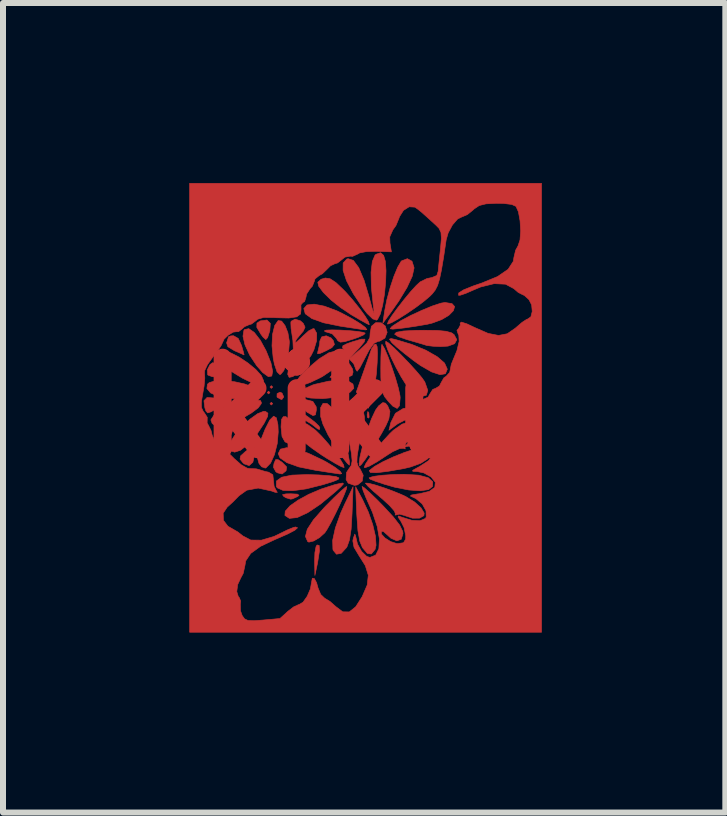
<source format=kicad_pcb>
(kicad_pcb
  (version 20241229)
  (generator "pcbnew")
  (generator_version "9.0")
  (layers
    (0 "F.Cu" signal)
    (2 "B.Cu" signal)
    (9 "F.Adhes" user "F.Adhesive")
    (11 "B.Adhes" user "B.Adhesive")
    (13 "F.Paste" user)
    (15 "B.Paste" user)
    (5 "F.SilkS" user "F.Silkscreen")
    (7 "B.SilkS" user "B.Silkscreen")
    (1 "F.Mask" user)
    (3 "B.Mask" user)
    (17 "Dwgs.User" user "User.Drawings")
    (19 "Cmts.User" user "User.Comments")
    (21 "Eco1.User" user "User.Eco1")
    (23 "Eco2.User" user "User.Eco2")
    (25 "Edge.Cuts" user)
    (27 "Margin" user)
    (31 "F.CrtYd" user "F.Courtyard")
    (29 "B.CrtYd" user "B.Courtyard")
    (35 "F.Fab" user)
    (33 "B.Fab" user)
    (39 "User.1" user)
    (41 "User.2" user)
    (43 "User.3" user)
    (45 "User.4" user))
  (footprint "kikut"
    (layer "F.Cu")
    (at 3.019 3.746)
    (property "Reference" "kikut" (at 0 0 0) (layer "F.Cu") (effects (font (size 1.524 1.524) (thickness 0.3))))
    (attr through_hole)
    (fp_poly (pts (xy -0.252 -0.815) (xy -0.254 -0.813) (xy -0.252 -0.815) (xy -0.252 -0.815)) (stroke (width 0.01) (type solid)) (fill yes) (layer "F.Cu"))
    (fp_poly (pts (xy -1.57 -0.254) (xy -1.593 -0.231) (xy -1.616 -0.254) (xy -1.593 -0.277) (xy -1.57 -0.254)) (stroke (width 0.01) (type solid)) (fill yes) (layer "F.Cu"))
    (fp_poly (pts (xy -1.524 -0.346) (xy -1.547 -0.323) (xy -1.57 -0.346) (xy -1.547 -0.369) (xy -1.524 -0.346)) (stroke (width 0.01) (type solid)) (fill yes) (layer "F.Cu"))
    (fp_poly (pts (xy -1.524 -0.069) (xy -1.547 -0.046) (xy -1.57 -0.069) (xy -1.547 -0.092) (xy -1.524 -0.069)) (stroke (width 0.01) (type solid)) (fill yes) (layer "F.Cu"))
    (fp_poly (pts (xy 0.078 0.084) (xy 0.083 0.156) (xy 0.074 0.172) (xy 0.053 0.158) (xy 0.05 0.112) (xy 0.061 0.062) (xy 0.078 0.084)) (stroke (width 0.01) (type solid)) (fill yes) (layer "F.Cu"))
    (fp_poly (pts (xy -0.416 0.028) (xy -0.41 0.034) (xy -0.373 0.094) (xy -0.378 0.117) (xy -0.413 0.103) (xy -0.436 0.06) (xy -0.45 0.006) (xy -0.416 0.028)) (stroke (width 0.01) (type solid)) (fill yes) (layer "F.Cu"))
    (fp_poly (pts (xy -1.369 -0.245) (xy -1.34 -0.181) (xy -1.37 -0.14) (xy -1.383 -0.139) (xy -1.446 -0.172) (xy -1.453 -0.182) (xy -1.451 -0.236) (xy -1.402 -0.26) (xy -1.369 -0.245)) (stroke (width 0.01) (type solid)) (fill yes) (layer "F.Cu"))
    (fp_poly (pts (xy -0.75 2.294) (xy -0.745 2.383) (xy -0.772 2.555) (xy -0.782 2.609) (xy -0.821 2.794) (xy -0.826 2.554) (xy -0.821 2.413) (xy -0.802 2.313) (xy -0.785 2.286) (xy -0.75 2.294)) (stroke (width 0.01) (type solid)) (fill yes) (layer "F.Cu"))
    (fp_poly (pts (xy -0.331 -0.102) (xy -0.323 -0.069) (xy -0.329 -0.01) (xy -0.335 -0.004) (xy -0.381 -0.022) (xy -0.404 -0.031) (xy -0.458 -0.08) (xy -0.44 -0.127) (xy -0.393 -0.139) (xy -0.331 -0.102)) (stroke (width 0.01) (type solid)) (fill yes) (layer "F.Cu"))
    (fp_poly (pts (xy -2.499 -0.163) (xy -2.419 -0.136) (xy -2.292 -0.088) (xy -2.44 0.002) (xy -2.551 0.067) (xy -2.608 0.085) (xy -2.637 0.054) (xy -2.655 0.000413) (xy -2.67 -0.117) (xy -2.618 -0.172) (xy -2.499 -0.163)) (stroke (width 0.01) (type solid)) (fill yes) (layer "F.Cu"))
    (fp_poly (pts (xy -2.184 0.359) (xy -2.212 0.433) (xy -2.241 0.481) (xy -2.314 0.575) (xy -2.372 0.593) (xy -2.438 0.545) (xy -2.491 0.457) (xy -2.454 0.391) (xy -2.348 0.352) (xy -2.226 0.335) (xy -2.184 0.359)) (stroke (width 0.01) (type solid)) (fill yes) (layer "F.Cu"))
    (fp_poly (pts (xy -1.826 0.778) (xy -1.855 0.908) (xy -1.917 0.963) (xy -2 0.935) (xy -2.021 0.916) (xy -2.069 0.855) (xy -2.059 0.802) (xy -1.982 0.732) (xy -1.947 0.705) (xy -1.816 0.608) (xy -1.826 0.778)) (stroke (width 0.01) (type solid)) (fill yes) (layer "F.Cu"))
    (fp_poly (pts (xy -1.113 1.439) (xy -1.086 1.458) (xy -1.108 1.478) (xy -1.193 1.517) (xy -1.224 1.523) (xy -1.3 1.5) (xy -1.339 1.478) (xy -1.361 1.449) (xy -1.304 1.435) (xy -1.224 1.433) (xy -1.113 1.439)) (stroke (width 0.01) (type solid)) (fill yes) (layer "F.Cu"))
    (fp_poly (pts (xy -0.246 -0.732) (xy -0.193 -0.645) (xy -0.185 -0.595) (xy -0.202 -0.539) (xy -0.267 -0.513) (xy -0.378 -0.508) (xy -0.571 -0.508) (xy -0.44 -0.646) (xy -0.344 -0.732) (xy -0.278 -0.749) (xy -0.246 -0.732)) (stroke (width 0.01) (type solid)) (fill yes) (layer "F.Cu"))
    (fp_poly (pts (xy -2.463 -0.732) (xy -2.38 -0.659) (xy -2.363 -0.64) (xy -2.256 -0.508) (xy -2.418 -0.508) (xy -2.534 -0.519) (xy -2.603 -0.545) (xy -2.607 -0.55) (xy -2.613 -0.634) (xy -2.569 -0.72) (xy -2.525 -0.752) (xy -2.463 -0.732)) (stroke (width 0.01) (type solid)) (fill yes) (layer "F.Cu"))
    (fp_poly (pts (xy -1.564 -1.407) (xy -1.572 -1.287) (xy -1.573 -1.283) (xy -1.609 -1.17) (xy -1.639 -1.137) (xy -1.684 -1.177) (xy -1.72 -1.225) (xy -1.789 -1.34) (xy -1.787 -1.411) (xy -1.732 -1.448) (xy -1.62 -1.463) (xy -1.564 -1.407)) (stroke (width 0.01) (type solid)) (fill yes) (layer "F.Cu"))
    (fp_poly (pts (xy -1.364 0.912) (xy -1.292 0.986) (xy -1.301 1.048) (xy -1.303 1.051) (xy -1.367 1.103) (xy -1.442 1.085) (xy -1.471 1.067) (xy -1.512 0.992) (xy -1.503 0.93) (xy -1.475 0.864) (xy -1.435 0.864) (xy -1.364 0.912)) (stroke (width 0.01) (type solid)) (fill yes) (layer "F.Cu"))
    (fp_poly (pts (xy -0.855 -0.106) (xy -0.799 -0.016) (xy -0.797 0.036) (xy -0.812 0.117) (xy -0.853 0.13) (xy -0.941 0.079) (xy -0.96 0.067) (xy -1.039 -0.015) (xy -1.058 -0.09) (xy -1.014 -0.134) (xy -0.981 -0.138) (xy -0.855 -0.106)) (stroke (width 0.01) (type solid)) (fill yes) (layer "F.Cu"))
    (fp_poly (pts (xy -0.551 -1.164) (xy -0.512 -1.116) (xy -0.496 -1.054) (xy -0.538 -1.003) (xy -0.632 -0.952) (xy -0.735 -0.906) (xy -0.776 -0.901) (xy -0.772 -0.938) (xy -0.768 -0.949) (xy -0.742 -1.061) (xy -0.739 -1.112) (xy -0.707 -1.182) (xy -0.632 -1.2) (xy -0.551 -1.164)) (stroke (width 0.01) (type solid)) (fill yes) (layer "F.Cu"))
    (fp_poly (pts (xy -0.305 -0.877) (xy -0.297 -0.906) (xy -0.324 -0.948) (xy -0.362 -1) (xy -0.354 -1.035) (xy -0.284 -1.069) (xy -0.189 -1.102) (xy -0.048 -1.144) (xy 0.014 -1.143) (xy -0.000254 -1.095) (xy -0.086 -0.993) (xy -0.095 -0.984) (xy -0.252 -0.815) (xy -0.303 -0.857) (xy -0.305 -0.877)) (stroke (width 0.01) (type solid)) (fill yes) (layer "F.Cu"))
    (fp_poly (pts (xy -0.202 1.765) (xy -0.217 2.022) (xy -0.245 2.201) (xy -0.286 2.316) (xy -0.295 2.33) (xy -0.382 2.425) (xy -0.461 2.44) (xy -0.516 2.375) (xy -0.521 2.356) (xy -0.525 2.208) (xy -0.48 2.002) (xy -0.391 1.754) (xy -0.323 1.603) (xy -0.185 1.316) (xy -0.202 1.765)) (stroke (width 0.01) (type solid)) (fill yes) (layer "F.Cu"))
    (fp_poly (pts (xy -0.025 1.534) (xy 0.07 1.738) (xy 0.143 1.948) (xy 0.188 2.14) (xy 0.198 2.291) (xy 0.182 2.36) (xy 0.119 2.436) (xy 0.052 2.426) (xy -0.029 2.33) (xy -0.073 2.222) (xy -0.104 2.049) (xy -0.122 1.798) (xy -0.124 1.765) (xy -0.142 1.316) (xy -0.025 1.534)) (stroke (width 0.01) (type solid)) (fill yes) (layer "F.Cu"))
    (fp_poly (pts (xy -2.099 -1.156) (xy -2.044 -1.039) (xy -2.014 -0.935) (xy -2.001 -0.883) (xy -2.002 -0.881) (xy -2.044 -0.9) (xy -2.14 -0.942) (xy -2.163 -0.952) (xy -2.271 -1.017) (xy -2.293 -1.083) (xy -2.29 -1.091) (xy -2.266 -1.164) (xy -2.263 -1.181) (xy -2.224 -1.198) (xy -2.178 -1.201) (xy -2.099 -1.156)) (stroke (width 0.01) (type solid)) (fill yes) (layer "F.Cu"))
    (fp_poly (pts (xy -1.832 -1.256) (xy -1.73 -1.125) (xy -1.633 -0.947) (xy -1.554 -0.749) (xy -1.525 -0.607) (xy -1.54 -0.529) (xy -1.597 -0.519) (xy -1.69 -0.586) (xy -1.792 -0.703) (xy -1.908 -0.878) (xy -1.986 -1.048) (xy -2.02 -1.193) (xy -2.004 -1.291) (xy -1.995 -1.303) (xy -1.923 -1.319) (xy -1.832 -1.256)) (stroke (width 0.01) (type solid)) (fill yes) (layer "F.Cu"))
    (fp_poly (pts (xy -1.236 0.204) (xy -1.209 0.301) (xy -1.165 0.438) (xy -1.097 0.543) (xy -1.043 0.612) (xy -1.058 0.64) (xy -1.149 0.63) (xy -1.224 0.613) (xy -1.319 0.568) (xy -1.369 0.479) (xy -1.385 0.325) (xy -1.385 0.308) (xy -1.377 0.193) (xy -1.347 0.148) (xy -1.305 0.147) (xy -1.236 0.204)) (stroke (width 0.01) (type solid)) (fill yes) (layer "F.Cu"))
    (fp_poly (pts (xy -1.463 0.167) (xy -1.437 0.284) (xy -1.432 0.404) (xy -1.449 0.599) (xy -1.495 0.78) (xy -1.56 0.922) (xy -1.636 1) (xy -1.648 1.005) (xy -1.709 0.983) (xy -1.753 0.927) (xy -1.781 0.827) (xy -1.767 0.692) (xy -1.71 0.506) (xy -1.651 0.358) (xy -1.573 0.204) (xy -1.509 0.14) (xy -1.463 0.167)) (stroke (width 0.01) (type solid)) (fill yes) (layer "F.Cu"))
    (fp_poly (pts (xy -1.139 0.026) (xy -1.046 0.078) (xy -0.934 0.153) (xy -0.829 0.233) (xy -0.757 0.301) (xy -0.739 0.331) (xy -0.744 0.362) (xy -0.774 0.352) (xy -0.85 0.293) (xy -0.871 0.276) (xy -0.978 0.21) (xy -1.069 0.185) (xy -1.147 0.154) (xy -1.196 0.088) (xy -1.191 0.022) (xy -1.186 0.016) (xy -1.139 0.026)) (stroke (width 0.01) (type solid)) (fill yes) (layer "F.Cu"))
    (fp_poly (pts (xy -0.344 1.267) (xy -0.389 1.317) (xy -0.485 1.404) (xy -0.729 1.606) (xy -0.941 1.748) (xy -1.116 1.829) (xy -1.246 1.843) (xy -1.321 1.794) (xy -1.315 1.723) (xy -1.237 1.635) (xy -1.1 1.538) (xy -0.922 1.441) (xy -0.717 1.354) (xy -0.5 1.284) (xy -0.429 1.267) (xy -0.359 1.254) (xy -0.344 1.267)) (stroke (width 0.01) (type solid)) (fill yes) (layer "F.Cu"))
    (fp_poly (pts (xy -0.248 -0.435) (xy -0.187 -0.396) (xy -0.172 -0.326) (xy -0.232 -0.262) (xy -0.351 -0.208) (xy -0.511 -0.17) (xy -0.695 -0.153) (xy -0.887 -0.162) (xy -0.935 -0.169) (xy -1.038 -0.205) (xy -1.057 -0.258) (xy -0.995 -0.319) (xy -0.858 -0.38) (xy -0.823 -0.391) (xy -0.591 -0.444) (xy -0.394 -0.459) (xy -0.248 -0.435)) (stroke (width 0.01) (type solid)) (fill yes) (layer "F.Cu"))
    (fp_poly (pts (xy 0.797 -2.443) (xy 0.831 -2.337) (xy 0.831 -2.326) (xy 0.801 -2.192) (xy 0.714 -2.005) (xy 0.577 -1.779) (xy 0.447 -1.593) (xy 0.311 -1.409) (xy 0.342 -1.616) (xy 0.378 -1.8) (xy 0.432 -1.999) (xy 0.495 -2.189) (xy 0.559 -2.344) (xy 0.615 -2.439) (xy 0.625 -2.449) (xy 0.72 -2.485) (xy 0.797 -2.443)) (stroke (width 0.01) (type solid)) (fill yes) (layer "F.Cu"))
    (fp_poly (pts (xy -2.159 -0.434) (xy -1.992 -0.397) (xy -1.855 -0.348) (xy -1.77 -0.291) (xy -1.755 -0.256) (xy -1.797 -0.203) (xy -1.906 -0.167) (xy -2.06 -0.15) (xy -2.234 -0.155) (xy -2.406 -0.182) (xy -2.438 -0.191) (xy -2.56 -0.248) (xy -2.621 -0.322) (xy -2.611 -0.394) (xy -2.581 -0.42) (xy -2.478 -0.45) (xy -2.329 -0.453) (xy -2.159 -0.434)) (stroke (width 0.01) (type solid)) (fill yes) (layer "F.Cu"))
    (fp_poly (pts (xy -1.643 0.062) (xy -1.604 0.09) (xy -1.609 0.143) (xy -1.662 0.248) (xy -1.671 0.264) (xy -1.797 0.455) (xy -1.933 0.609) (xy -2.062 0.708) (xy -2.157 0.739) (xy -2.239 0.716) (xy -2.263 0.676) (xy -2.231 0.573) (xy -2.148 0.445) (xy -2.032 0.311) (xy -1.902 0.189) (xy -1.777 0.099) (xy -1.676 0.059) (xy -1.643 0.062)) (stroke (width 0.01) (type solid)) (fill yes) (layer "F.Cu"))
    (fp_poly (pts (xy -1.376 -1.445) (xy -1.318 -1.369) (xy -1.271 -1.25) (xy -1.248 -1.113) (xy -1.247 -1.087) (xy -1.26 -0.907) (xy -1.293 -0.743) (xy -1.34 -0.619) (xy -1.392 -0.557) (xy -1.406 -0.554) (xy -1.452 -0.599) (xy -1.496 -0.728) (xy -1.516 -0.828) (xy -1.536 -1.033) (xy -1.527 -1.223) (xy -1.491 -1.371) (xy -1.433 -1.454) (xy -1.376 -1.445)) (stroke (width 0.01) (type solid)) (fill yes) (layer "F.Cu"))
    (fp_poly (pts (xy -0.397 -0.924) (xy -0.375 -0.845) (xy -0.425 -0.742) (xy -0.536 -0.629) (xy -0.696 -0.521) (xy -0.74 -0.498) (xy -0.898 -0.422) (xy -1.001 -0.385) (xy -1.074 -0.38) (xy -1.138 -0.398) (xy -1.133 -0.437) (xy -1.072 -0.521) (xy -0.967 -0.631) (xy -0.951 -0.646) (xy -0.755 -0.813) (xy -0.59 -0.916) (xy -0.465 -0.95) (xy -0.397 -0.924)) (stroke (width 0.01) (type solid)) (fill yes) (layer "F.Cu"))
    (fp_poly (pts (xy 0.216 -1.02) (xy 0.222 -0.91) (xy 0.217 -0.754) (xy 0.204 -0.575) (xy 0.182 -0.396) (xy 0.155 -0.24) (xy 0.125 -0.129) (xy 0.124 -0.127) (xy 0.069 0.007) (xy -0.131 -0.263) (xy -0.017 -0.582) (xy 0.042 -0.75) (xy 0.092 -0.893) (xy 0.122 -0.979) (xy 0.123 -0.981) (xy 0.167 -1.05) (xy 0.196 -1.062) (xy 0.216 -1.02)) (stroke (width 0.01) (type solid)) (fill yes) (layer "F.Cu"))
    (fp_poly (pts (xy 0.909 1.123) (xy 1.068 1.165) (xy 1.143 1.234) (xy 1.14 1.31) (xy 1.073 1.363) (xy 0.936 1.383) (xy 0.745 1.37) (xy 0.515 1.325) (xy 0.346 1.277) (xy 0.183 1.223) (xy 0.098 1.189) (xy 0.082 1.168) (xy 0.126 1.152) (xy 0.179 1.14) (xy 0.306 1.124) (xy 0.485 1.112) (xy 0.667 1.108) (xy 0.909 1.123)) (stroke (width 0.01) (type solid)) (fill yes) (layer "F.Cu"))
    (fp_poly (pts (xy -2.219 -0.913) (xy -2.078 -0.841) (xy -1.934 -0.744) (xy -1.806 -0.638) (xy -1.713 -0.535) (xy -1.676 -0.45) (xy -1.683 -0.42) (xy -1.715 -0.383) (xy -1.761 -0.376) (xy -1.842 -0.403) (xy -1.978 -0.469) (xy -2.033 -0.496) (xy -2.212 -0.605) (xy -2.345 -0.719) (xy -2.421 -0.825) (xy -2.427 -0.91) (xy -2.412 -0.931) (xy -2.337 -0.948) (xy -2.219 -0.913)) (stroke (width 0.01) (type solid)) (fill yes) (layer "F.Cu"))
    (fp_poly (pts (xy -1.133 0.689) (xy -0.926 0.76) (xy -0.683 0.875) (xy -0.621 0.909) (xy -0.487 0.991) (xy -0.401 1.057) (xy -0.374 1.097) (xy -0.401 1.104) (xy -0.462 1.095) (xy -0.589 1.076) (xy -0.76 1.049) (xy -0.819 1.04) (xy -1.091 0.985) (xy -1.287 0.915) (xy -1.402 0.835) (xy -1.432 0.764) (xy -1.395 0.689) (xy -1.292 0.665) (xy -1.133 0.689)) (stroke (width 0.01) (type solid)) (fill yes) (layer "F.Cu"))
    (fp_poly (pts (xy -0.758 1.119) (xy -0.589 1.131) (xy -0.476 1.146) (xy -0.463 1.149) (xy -0.419 1.169) (xy -0.432 1.193) (xy -0.513 1.227) (xy -0.673 1.277) (xy -0.694 1.283) (xy -0.964 1.351) (xy -1.187 1.382) (xy -1.352 1.377) (xy -1.448 1.334) (xy -1.464 1.31) (xy -1.462 1.22) (xy -1.375 1.157) (xy -1.203 1.122) (xy -0.949 1.113) (xy -0.758 1.119)) (stroke (width 0.01) (type solid)) (fill yes) (layer "F.Cu"))
    (fp_poly (pts (xy -0.664 -1.694) (xy -0.457 -1.617) (xy -0.366 -1.573) (xy -0.198 -1.483) (xy -0.065 -1.402) (xy 0.02 -1.339) (xy 0.045 -1.302) (xy 0.021 -1.298) (xy -0.042 -1.306) (xy -0.173 -1.326) (xy -0.345 -1.352) (xy -0.404 -1.361) (xy -0.678 -1.417) (xy -0.872 -1.487) (xy -0.982 -1.567) (xy -1.006 -1.654) (xy -0.952 -1.714) (xy -0.833 -1.727) (xy -0.664 -1.694)) (stroke (width 0.01) (type solid)) (fill yes) (layer "F.Cu"))
    (fp_poly (pts (xy -0.399 -1.295) (xy -0.25 -1.286) (xy -0.113 -1.273) (xy -0.014 -1.257) (xy 0.018 -1.244) (xy -0.006 -1.217) (xy -0.097 -1.175) (xy -0.186 -1.144) (xy -0.322 -1.103) (xy -0.397 -1.094) (xy -0.438 -1.117) (xy -0.464 -1.159) (xy -0.529 -1.23) (xy -0.576 -1.247) (xy -0.649 -1.268) (xy -0.663 -1.282) (xy -0.632 -1.294) (xy -0.535 -1.298) (xy -0.399 -1.295)) (stroke (width 0.01) (type solid)) (fill yes) (layer "F.Cu"))
    (fp_poly (pts (xy 0.521 -1.138) (xy 0.795 -1.056) (xy 1.031 -0.958) (xy 1.218 -0.851) (xy 1.34 -0.745) (xy 1.385 -0.645) (xy 1.385 -0.643) (xy 1.354 -0.567) (xy 1.264 -0.552) (xy 1.124 -0.598) (xy 0.942 -0.702) (xy 0.827 -0.784) (xy 0.676 -0.901) (xy 0.548 -1.006) (xy 0.467 -1.08) (xy 0.457 -1.091) (xy 0.421 -1.144) (xy 0.45 -1.154) (xy 0.521 -1.138)) (stroke (width 0.01) (type solid)) (fill yes) (layer "F.Cu"))
    (fp_poly (pts (xy 0.994 0.666) (xy 1.091 0.713) (xy 1.11 0.778) (xy 1.058 0.851) (xy 0.944 0.924) (xy 0.777 0.985) (xy 0.669 1.011) (xy 0.396 1.059) (xy 0.207 1.082) (xy 0.103 1.078) (xy 0.085 1.048) (xy 0.089 1.043) (xy 0.173 0.977) (xy 0.315 0.898) (xy 0.489 0.817) (xy 0.671 0.744) (xy 0.836 0.69) (xy 0.957 0.664) (xy 0.994 0.666)) (stroke (width 0.01) (type solid)) (fill yes) (layer "F.Cu"))
    (fp_poly (pts (xy -1.728 -0.121) (xy -1.713 -0.087) (xy -1.716 -0.067) (xy -1.766 0.001) (xy -1.877 0.085) (xy -2.024 0.172) (xy -2.182 0.247) (xy -2.325 0.295) (xy -2.336 0.298) (xy -2.474 0.3) (xy -2.532 0.264) (xy -2.555 0.202) (xy -2.508 0.129) (xy -2.482 0.103) (xy -2.352 0.007) (xy -2.187 -0.059) (xy -1.961 -0.107) (xy -1.924 -0.113) (xy -1.791 -0.128) (xy -1.728 -0.121)) (stroke (width 0.01) (type solid)) (fill yes) (layer "F.Cu"))
    (fp_poly (pts (xy -0.949 0.274) (xy -0.811 0.373) (xy -0.709 0.474) (xy -0.596 0.602) (xy -0.487 0.737) (xy -0.398 0.861) (xy -0.342 0.954) (xy -0.334 0.996) (xy -0.379 0.982) (xy -0.483 0.926) (xy -0.626 0.84) (xy -0.706 0.789) (xy -0.868 0.676) (xy -1.003 0.571) (xy -1.089 0.49) (xy -1.105 0.468) (xy -1.153 0.335) (xy -1.135 0.256) (xy -1.063 0.235) (xy -0.949 0.274)) (stroke (width 0.01) (type solid)) (fill yes) (layer "F.Cu"))
    (fp_poly (pts (xy -0.618 -0.072) (xy -0.535 0.001) (xy -0.45 0.143) (xy -0.433 0.181) (xy -0.388 0.306) (xy -0.341 0.466) (xy -0.297 0.636) (xy -0.263 0.791) (xy -0.244 0.906) (xy -0.247 0.955) (xy -0.279 0.928) (xy -0.349 0.841) (xy -0.443 0.708) (xy -0.484 0.647) (xy -0.602 0.452) (xy -0.687 0.273) (xy -0.726 0.143) (xy -0.726 -0.002) (xy -0.686 -0.073) (xy -0.618 -0.072)) (stroke (width 0.01) (type solid)) (fill yes) (layer "F.Cu"))
    (fp_poly (pts (xy -0.298 1.359) (xy -0.34 1.466) (xy -0.404 1.609) (xy -0.479 1.765) (xy -0.554 1.912) (xy -0.619 2.028) (xy -0.655 2.082) (xy -0.743 2.162) (xy -0.842 2.22) (xy -0.921 2.239) (xy -0.941 2.23) (xy -0.979 2.144) (xy -0.948 2.025) (xy -0.846 1.868) (xy -0.669 1.667) (xy -0.639 1.635) (xy -0.5 1.495) (xy -0.386 1.387) (xy -0.311 1.323) (xy -0.289 1.312) (xy -0.298 1.359)) (stroke (width 0.01) (type solid)) (fill yes) (layer "F.Cu"))
    (fp_poly (pts (xy 0.34 -0.985) (xy 0.398 -0.849) (xy 0.461 -0.677) (xy 0.522 -0.494) (xy 0.57 -0.327) (xy 0.597 -0.202) (xy 0.6 -0.168) (xy 0.589 -0.035) (xy 0.55 0.011) (xy 0.478 -0.027) (xy 0.403 -0.106) (xy 0.342 -0.183) (xy 0.305 -0.259) (xy 0.285 -0.361) (xy 0.278 -0.511) (xy 0.277 -0.664) (xy 0.279 -0.844) (xy 0.285 -0.979) (xy 0.293 -1.051) (xy 0.297 -1.057) (xy 0.34 -0.985)) (stroke (width 0.01) (type solid)) (fill yes) (layer "F.Cu"))
    (fp_poly (pts (xy 0.411 -1.076) (xy 0.504 -0.993) (xy 0.622 -0.875) (xy 0.75 -0.742) (xy 0.869 -0.611) (xy 0.962 -0.501) (xy 1.011 -0.43) (xy 1.06 -0.291) (xy 1.037 -0.21) (xy 0.949 -0.185) (xy 0.853 -0.214) (xy 0.751 -0.313) (xy 0.697 -0.386) (xy 0.616 -0.516) (xy 0.532 -0.67) (xy 0.455 -0.826) (xy 0.394 -0.965) (xy 0.359 -1.066) (xy 0.36 -1.108) (xy 0.362 -1.108) (xy 0.411 -1.076)) (stroke (width 0.01) (type solid)) (fill yes) (layer "F.Cu"))
    (fp_poly (pts (xy 1.221 -1.289) (xy 1.366 -1.275) (xy 1.457 -1.249) (xy 1.499 -1.219) (xy 1.544 -1.135) (xy 1.507 -1.068) (xy 1.398 -1.028) (xy 1.276 -1.02) (xy 1.145 -1.026) (xy 1.053 -1.037) (xy 1.039 -1.04) (xy 0.973 -1.061) (xy 0.847 -1.098) (xy 0.721 -1.134) (xy 0.569 -1.185) (xy 0.507 -1.227) (xy 0.537 -1.259) (xy 0.657 -1.28) (xy 0.868 -1.291) (xy 1.001 -1.292) (xy 1.221 -1.289)) (stroke (width 0.01) (type solid)) (fill yes) (layer "F.Cu"))
    (fp_poly (pts (xy 1.464 -1.736) (xy 1.508 -1.687) (xy 1.487 -1.618) (xy 1.412 -1.542) (xy 1.29 -1.469) (xy 1.131 -1.411) (xy 1.052 -1.392) (xy 0.863 -1.36) (xy 0.669 -1.331) (xy 0.6 -1.323) (xy 0.477 -1.311) (xy 0.433 -1.317) (xy 0.454 -1.346) (xy 0.485 -1.371) (xy 0.607 -1.449) (xy 0.774 -1.538) (xy 0.96 -1.624) (xy 1.137 -1.697) (xy 1.28 -1.744) (xy 1.347 -1.755) (xy 1.464 -1.736)) (stroke (width 0.01) (type solid)) (fill yes) (layer "F.Cu"))
    (fp_poly (pts (xy -0.569 -2.151) (xy -0.471 -2.087) (xy -0.338 -1.96) (xy -0.306 -1.927) (xy -0.188 -1.793) (xy -0.077 -1.655) (xy 0.014 -1.53) (xy 0.072 -1.435) (xy 0.086 -1.388) (xy 0.081 -1.385) (xy 0.036 -1.407) (xy -0.067 -1.464) (xy -0.205 -1.545) (xy -0.211 -1.548) (xy -0.391 -1.668) (xy -0.553 -1.797) (xy -0.68 -1.922) (xy -0.758 -2.027) (xy -0.773 -2.092) (xy -0.718 -2.142) (xy -0.648 -2.163) (xy -0.569 -2.151)) (stroke (width 0.01) (type solid)) (fill yes) (layer "F.Cu"))
    (fp_poly (pts (xy 0.285 -1.416) (xy 0.353 -1.362) (xy 0.383 -1.258) (xy 0.346 -1.162) (xy 0.258 -1.11) (xy 0.233 -1.108) (xy 0.164 -1.074) (xy 0.084 -0.964) (xy 0.008 -0.82) (xy -0.07 -0.671) (xy -0.117 -0.609) (xy -0.135 -0.632) (xy -0.174 -0.734) (xy -0.241 -0.806) (xy -0.252 -0.815) (xy -0.071 -0.968) (xy 0.044 -1.079) (xy 0.095 -1.171) (xy 0.1 -1.25) (xy 0.121 -1.359) (xy 0.193 -1.419) (xy 0.285 -1.416)) (stroke (width 0.01) (type solid)) (fill yes) (layer "F.Cu"))
    (fp_poly (pts (xy 0.355 -0.077) (xy 0.393 -0.03) (xy 0.43 0.06) (xy 0.412 0.18) (xy 0.405 0.2) (xy 0.364 0.293) (xy 0.291 0.426) (xy 0.2 0.578) (xy 0.105 0.73) (xy 0.018 0.859) (xy -0.048 0.946) (xy -0.076 0.97) (xy -0.084 0.93) (xy -0.072 0.834) (xy -0.07 0.82) (xy -0.017 0.598) (xy 0.05 0.379) (xy 0.122 0.184) (xy 0.191 0.037) (xy 0.241 -0.032) (xy 0.311 -0.087) (xy 0.355 -0.077)) (stroke (width 0.01) (type solid)) (fill yes) (layer "F.Cu"))
    (fp_poly (pts (xy 0.818 0.263) (xy 0.833 0.34) (xy 0.781 0.462) (xy 0.74 0.519) (xy 0.687 0.609) (xy 0.681 0.669) (xy 0.683 0.671) (xy 0.683 0.686) (xy 0.658 0.675) (xy 0.589 0.68) (xy 0.476 0.731) (xy 0.404 0.776) (xy 0.219 0.897) (xy 0.085 0.973) (xy 0.012 0.999) (xy 0 0.989) (xy 0.029 0.927) (xy 0.103 0.818) (xy 0.206 0.684) (xy 0.321 0.547) (xy 0.43 0.428) (xy 0.488 0.373) (xy 0.632 0.272) (xy 0.746 0.238) (xy 0.818 0.263)) (stroke (width 0.01) (type solid)) (fill yes) (layer "F.Cu"))
    (fp_poly (pts (xy 0.075 1.258) (xy 0.187 1.287) (xy 0.335 1.335) (xy 0.493 1.393) (xy 0.637 1.453) (xy 0.693 1.479) (xy 0.84 1.57) (xy 0.948 1.668) (xy 1 1.755) (xy 0.995 1.798) (xy 0.922 1.839) (xy 0.807 1.84) (xy 0.688 1.801) (xy 0.681 1.797) (xy 0.59 1.772) (xy 0.547 1.783) (xy 0.515 1.788) (xy 0.522 1.769) (xy 0.503 1.72) (xy 0.426 1.632) (xy 0.307 1.522) (xy 0.278 1.498) (xy 0.151 1.389) (xy 0.06 1.304) (xy 0.022 1.258) (xy 0.023 1.255) (xy 0.075 1.258)) (stroke (width 0.01) (type solid)) (fill yes) (layer "F.Cu"))
    (fp_poly (pts (xy -1.062 -1.449) (xy -1.015 -1.407) (xy -0.985 -1.344) (xy -1.016 -1.276) (xy -1.055 -1.231) (xy -1.125 -1.146) (xy -1.155 -1.089) (xy -1.155 -1.089) (xy -1.127 -1.096) (xy -1.058 -1.158) (xy -1.017 -1.199) (xy -0.924 -1.283) (xy -0.851 -1.319) (xy -0.833 -1.317) (xy -0.791 -1.242) (xy -0.793 -1.116) (xy -0.838 -0.966) (xy -0.882 -0.877) (xy -0.994 -0.712) (xy -1.099 -0.591) (xy -1.188 -0.52) (xy -1.25 -0.507) (xy -1.274 -0.557) (xy -1.264 -0.635) (xy -1.226 -0.772) (xy -1.195 -0.865) (xy -1.181 -0.973) (xy -1.188 -1.122) (xy -1.198 -1.188) (xy -1.218 -1.323) (xy -1.222 -1.419) (xy -1.217 -1.442) (xy -1.151 -1.477) (xy -1.062 -1.449)) (stroke (width 0.01) (type solid)) (fill yes) (layer "F.Cu"))
    (fp_poly (pts (xy 0.324 -2.54) (xy 0.353 -2.441) (xy 0.364 -2.285) (xy 0.358 -2.096) (xy 0.339 -1.897) (xy 0.308 -1.711) (xy 0.269 -1.562) (xy 0.223 -1.473) (xy 0.206 -1.46) (xy 0.142 -1.482) (xy 0.049 -1.572) (xy -0.015 -1.653) (xy -0.181 -1.902) (xy -0.294 -2.117) (xy -0.351 -2.29) (xy -0.35 -2.413) (xy -0.289 -2.479) (xy -0.268 -2.485) (xy -0.18 -2.456) (xy -0.091 -2.336) (xy -0.001 -2.124) (xy 0.081 -1.849) (xy 0.128 -1.675) (xy 0.156 -1.586) (xy 0.165 -1.578) (xy 0.16 -1.646) (xy 0.151 -1.709) (xy 0.12 -2.011) (xy 0.115 -2.258) (xy 0.136 -2.439) (xy 0.181 -2.544) (xy 0.198 -2.558) (xy 0.274 -2.584) (xy 0.324 -2.54)) (stroke (width 0.01) (type solid)) (fill yes) (layer "F.Cu"))
    (fp_poly (pts (xy -0.09 -0.131) (xy -0.036 -0.028) (xy -0.02 0.023) (xy 0.005 0.156) (xy 0.004 0.259) (xy -0.002 0.277) (xy -0.028 0.357) (xy -0.061 0.496) (xy -0.09 0.64) (xy -0.117 0.805) (xy -0.121 0.908) (xy -0.1 0.975) (xy -0.068 1.018) (xy -0.016 1.124) (xy -0.033 1.223) (xy -0.11 1.285) (xy -0.162 1.293) (xy -0.266 1.256) (xy -0.301 1.197) (xy -0.294 1.078) (xy -0.255 1.018) (xy -0.215 0.96) (xy -0.201 0.886) (xy -0.211 0.77) (xy -0.233 0.64) (xy -0.266 0.476) (xy -0.299 0.343) (xy -0.321 0.277) (xy -0.331 0.191) (xy -0.313 0.062) (xy -0.303 0.023) (xy -0.252 -0.106) (xy -0.187 -0.159) (xy -0.162 -0.162) (xy -0.09 -0.131)) (stroke (width 0.01) (type solid)) (fill yes) (layer "F.Cu"))
    (fp_poly (pts (xy 2.956 3.741) (xy -2.909 3.741) (xy -2.909 -0.1) (xy -2.713 -0.1) (xy -2.712 -0.005) (xy -2.682 0.06) (xy -2.662 0.085) (xy -2.615 0.159) (xy -2.616 0.199) (xy -2.617 0.254) (xy -2.597 0.288) (xy -2.552 0.379) (xy -2.533 0.457) (xy -2.485 0.565) (xy -2.427 0.619) (xy -2.343 0.681) (xy -2.23 0.783) (xy -2.166 0.847) (xy -2.049 0.95) (xy -1.948 1.007) (xy -1.91 1.013) (xy -1.799 1.017) (xy -1.755 1.029) (xy -1.65 1.061) (xy -1.593 1.073) (xy -1.522 1.116) (xy -1.513 1.197) (xy -1.501 1.31) (xy -1.471 1.37) (xy -1.447 1.41) (xy -1.485 1.408) (xy -1.543 1.387) (xy -1.766 1.338) (xy -1.956 1.373) (xy -2.086 1.466) (xy -2.186 1.568) (xy -2.273 1.647) (xy -2.281 1.653) (xy -2.35 1.757) (xy -2.345 1.876) (xy -2.27 1.975) (xy -2.229 1.998) (xy -2.106 2.069) (xy -2.021 2.136) (xy -1.89 2.204) (xy -1.712 2.206) (xy -1.502 2.144) (xy -1.413 2.101) (xy -1.281 2.036) (xy -1.178 1.994) (xy -1.143 1.986) (xy -1.11 2) (xy -1.156 2.041) (xy -1.276 2.104) (xy -1.462 2.185) (xy -1.475 2.19) (xy -1.726 2.308) (xy -1.891 2.427) (xy -1.974 2.552) (xy -1.987 2.629) (xy -2.015 2.758) (xy -2.057 2.837) (xy -2.108 2.946) (xy -2.123 3.063) (xy -2.097 3.148) (xy -2.083 3.161) (xy -2.058 3.221) (xy -2.064 3.274) (xy -2.061 3.383) (xy -2.033 3.462) (xy -1.994 3.517) (xy -1.937 3.544) (xy -1.835 3.548) (xy -1.694 3.538) (xy -1.544 3.525) (xy -1.439 3.515) (xy -1.404 3.512) (xy -1.371 3.483) (xy -1.294 3.413) (xy -1.274 3.394) (xy -1.175 3.318) (xy -1.093 3.28) (xy -1.084 3.279) (xy -1.018 3.239) (xy -0.949 3.141) (xy -0.896 3.018) (xy -0.877 2.909) (xy -0.864 2.84) (xy -0.831 2.845) (xy -0.793 2.915) (xy -0.769 3.002) (xy -0.724 3.111) (xy -0.659 3.173) (xy -0.57 3.227) (xy -0.473 3.313) (xy -0.357 3.4) (xy -0.248 3.402) (xy -0.141 3.316) (xy -0.033 3.147) (xy 0.051 2.953) (xy 0.069 2.79) (xy 0.019 2.63) (xy -0.087 2.462) (xy -0.169 2.325) (xy -0.189 2.218) (xy -0.18 2.171) (xy -0.156 2.105) (xy -0.144 2.131) (xy -0.143 2.138) (xy -0.111 2.271) (xy -0.043 2.394) (xy 0.042 2.476) (xy 0.095 2.494) (xy 0.192 2.455) (xy 0.245 2.348) (xy 0.254 2.185) (xy 0.218 1.979) (xy 0.139 1.743) (xy 0.096 1.646) (xy 0.028 1.493) (xy -0.019 1.375) (xy -0.035 1.314) (xy -0.034 1.311) (xy 0.004 1.335) (xy 0.091 1.412) (xy 0.213 1.53) (xy 0.316 1.635) (xy 0.486 1.819) (xy 0.592 1.956) (xy 0.641 2.057) (xy 0.647 2.096) (xy 0.618 2.191) (xy 0.544 2.217) (xy 0.445 2.173) (xy 0.392 2.124) (xy 0.324 2.064) (xy 0.285 2.055) (xy 0.287 2.105) (xy 0.347 2.17) (xy 0.44 2.229) (xy 0.538 2.261) (xy 0.561 2.263) (xy 0.656 2.249) (xy 0.69 2.19) (xy 0.693 2.135) (xy 0.666 1.999) (xy 0.615 1.896) (xy 0.565 1.82) (xy 0.572 1.802) (xy 0.627 1.823) (xy 0.793 1.875) (xy 0.931 1.882) (xy 1.019 1.845) (xy 1.034 1.822) (xy 1.031 1.716) (xy 0.967 1.601) (xy 0.862 1.513) (xy 0.821 1.494) (xy 0.77 1.47) (xy 0.789 1.453) (xy 0.889 1.436) (xy 0.919 1.433) (xy 1.086 1.393) (xy 1.177 1.326) (xy 1.186 1.242) (xy 1.115 1.152) (xy 0.994 1.085) (xy 0.884 1.062) (xy 0.811 1.059) (xy 0.808 1.043) (xy 0.88 1.002) (xy 0.92 0.981) (xy 1.077 0.878) (xy 1.142 0.777) (xy 1.115 0.678) (xy 1.108 0.669) (xy 1.038 0.619) (xy 0.928 0.612) (xy 0.858 0.621) (xy 0.673 0.651) (xy 0.779 0.538) (xy 0.852 0.421) (xy 0.867 0.306) (xy 0.825 0.22) (xy 0.768 0.192) (xy 0.674 0.207) (xy 0.56 0.266) (xy 0.547 0.275) (xy 0.413 0.374) (xy 0.445 0.245) (xy 0.521 0.092) (xy 0.65 0.012) (xy 0.729 0.001) (xy 0.823 -0.027) (xy 0.861 -0.069) (xy 0.924 -0.127) (xy 0.979 -0.139) (xy 1.066 -0.178) (xy 1.095 -0.231) (xy 1.143 -0.306) (xy 1.187 -0.323) (xy 1.254 -0.362) (xy 1.279 -0.412) (xy 1.328 -0.499) (xy 1.367 -0.526) (xy 1.425 -0.589) (xy 1.432 -0.623) (xy 1.452 -0.725) (xy 1.472 -0.774) (xy 1.546 -0.953) (xy 1.583 -1.106) (xy 1.577 -1.21) (xy 1.567 -1.228) (xy 1.546 -1.292) (xy 1.571 -1.317) (xy 1.604 -1.381) (xy 1.599 -1.411) (xy 1.621 -1.428) (xy 1.712 -1.399) (xy 1.844 -1.337) (xy 2.066 -1.24) (xy 2.24 -1.206) (xy 2.385 -1.234) (xy 2.518 -1.326) (xy 2.533 -1.339) (xy 2.632 -1.424) (xy 2.707 -1.473) (xy 2.723 -1.478) (xy 2.778 -1.516) (xy 2.801 -1.606) (xy 2.791 -1.715) (xy 2.746 -1.803) (xy 2.671 -1.871) (xy 2.625 -1.893) (xy 2.567 -1.923) (xy 2.494 -1.986) (xy 2.356 -2.06) (xy 2.167 -2.069) (xy 1.94 -2.013) (xy 1.824 -1.964) (xy 1.694 -1.907) (xy 1.602 -1.876) (xy 1.573 -1.875) (xy 1.576 -1.914) (xy 1.656 -1.965) (xy 1.819 -2.031) (xy 1.96 -2.079) (xy 2.223 -2.187) (xy 2.399 -2.308) (xy 2.486 -2.442) (xy 2.495 -2.503) (xy 2.524 -2.626) (xy 2.564 -2.698) (xy 2.597 -2.796) (xy 2.608 -2.946) (xy 2.598 -3.115) (xy 2.571 -3.265) (xy 2.53 -3.357) (xy 2.459 -3.389) (xy 2.318 -3.406) (xy 2.205 -3.408) (xy 2.031 -3.399) (xy 1.918 -3.371) (xy 1.834 -3.315) (xy 1.813 -3.295) (xy 1.72 -3.22) (xy 1.644 -3.187) (xy 1.641 -3.187) (xy 1.558 -3.147) (xy 1.471 -3.047) (xy 1.4 -2.915) (xy 1.367 -2.801) (xy 1.324 -2.511) (xy 1.288 -2.297) (xy 1.256 -2.144) (xy 1.223 -2.037) (xy 1.183 -1.96) (xy 1.134 -1.898) (xy 1.094 -1.858) (xy 0.991 -1.771) (xy 0.856 -1.67) (xy 0.708 -1.569) (xy 0.569 -1.481) (xy 0.457 -1.419) (xy 0.394 -1.395) (xy 0.388 -1.397) (xy 0.403 -1.442) (xy 0.464 -1.537) (xy 0.556 -1.663) (xy 0.664 -1.802) (xy 0.773 -1.934) (xy 0.869 -2.039) (xy 0.933 -2.098) (xy 1.046 -2.154) (xy 1.13 -2.171) (xy 1.211 -2.205) (xy 1.233 -2.274) (xy 1.243 -2.376) (xy 1.259 -2.531) (xy 1.273 -2.662) (xy 1.287 -2.823) (xy 1.28 -2.922) (xy 1.248 -2.99) (xy 1.194 -3.045) (xy 1.049 -3.177) (xy 0.955 -3.261) (xy 0.895 -3.309) (xy 0.854 -3.338) (xy 0.844 -3.344) (xy 0.75 -3.35) (xy 0.655 -3.29) (xy 0.588 -3.184) (xy 0.58 -3.159) (xy 0.53 -3.038) (xy 0.478 -2.965) (xy 0.426 -2.848) (xy 0.43 -2.746) (xy 0.454 -2.599) (xy 0.198 -2.608) (xy 0.038 -2.603) (xy -0.076 -2.581) (xy -0.108 -2.562) (xy -0.193 -2.524) (xy -0.233 -2.527) (xy -0.32 -2.511) (xy -0.367 -2.474) (xy -0.444 -2.414) (xy -0.488 -2.401) (xy -0.561 -2.367) (xy -0.609 -2.318) (xy -0.695 -2.235) (xy -0.75 -2.204) (xy -0.819 -2.148) (xy -0.831 -2.108) (xy -0.864 -2.026) (xy -0.901 -1.986) (xy -0.96 -1.895) (xy -0.97 -1.842) (xy -0.993 -1.77) (xy -1.021 -1.755) (xy -1.054 -1.717) (xy -1.052 -1.644) (xy -1.059 -1.564) (xy -1.123 -1.516) (xy -1.256 -1.496) (xy -1.466 -1.501) (xy -1.508 -1.504) (xy -1.678 -1.505) (xy -1.778 -1.475) (xy -1.802 -1.453) (xy -1.878 -1.396) (xy -1.917 -1.385) (xy -1.992 -1.353) (xy -2.032 -1.317) (xy -2.093 -1.269) (xy -2.122 -1.269) (xy -2.183 -1.261) (xy -2.266 -1.21) (xy -2.335 -1.143) (xy -2.355 -1.099) (xy -2.383 -1.038) (xy -2.453 -0.933) (xy -2.521 -0.846) (xy -2.611 -0.72) (xy -2.659 -0.618) (xy -2.661 -0.576) (xy -2.656 -0.495) (xy -2.668 -0.36) (xy -2.687 -0.253) (xy -2.713 -0.1) (xy -2.909 -0.1) (xy -2.909 -3.741) (xy 2.956 -3.741) (xy 2.956 3.741)) (stroke (width 0.01) (type solid)) (fill yes) (layer "F.Cu")))
  (gr_rect
    (start -3 -3)
    (end 9.038 10.491)
    (stroke (width 0.1) (type default))
    (fill no)
    (layer "Edge.Cuts")))
</source>
